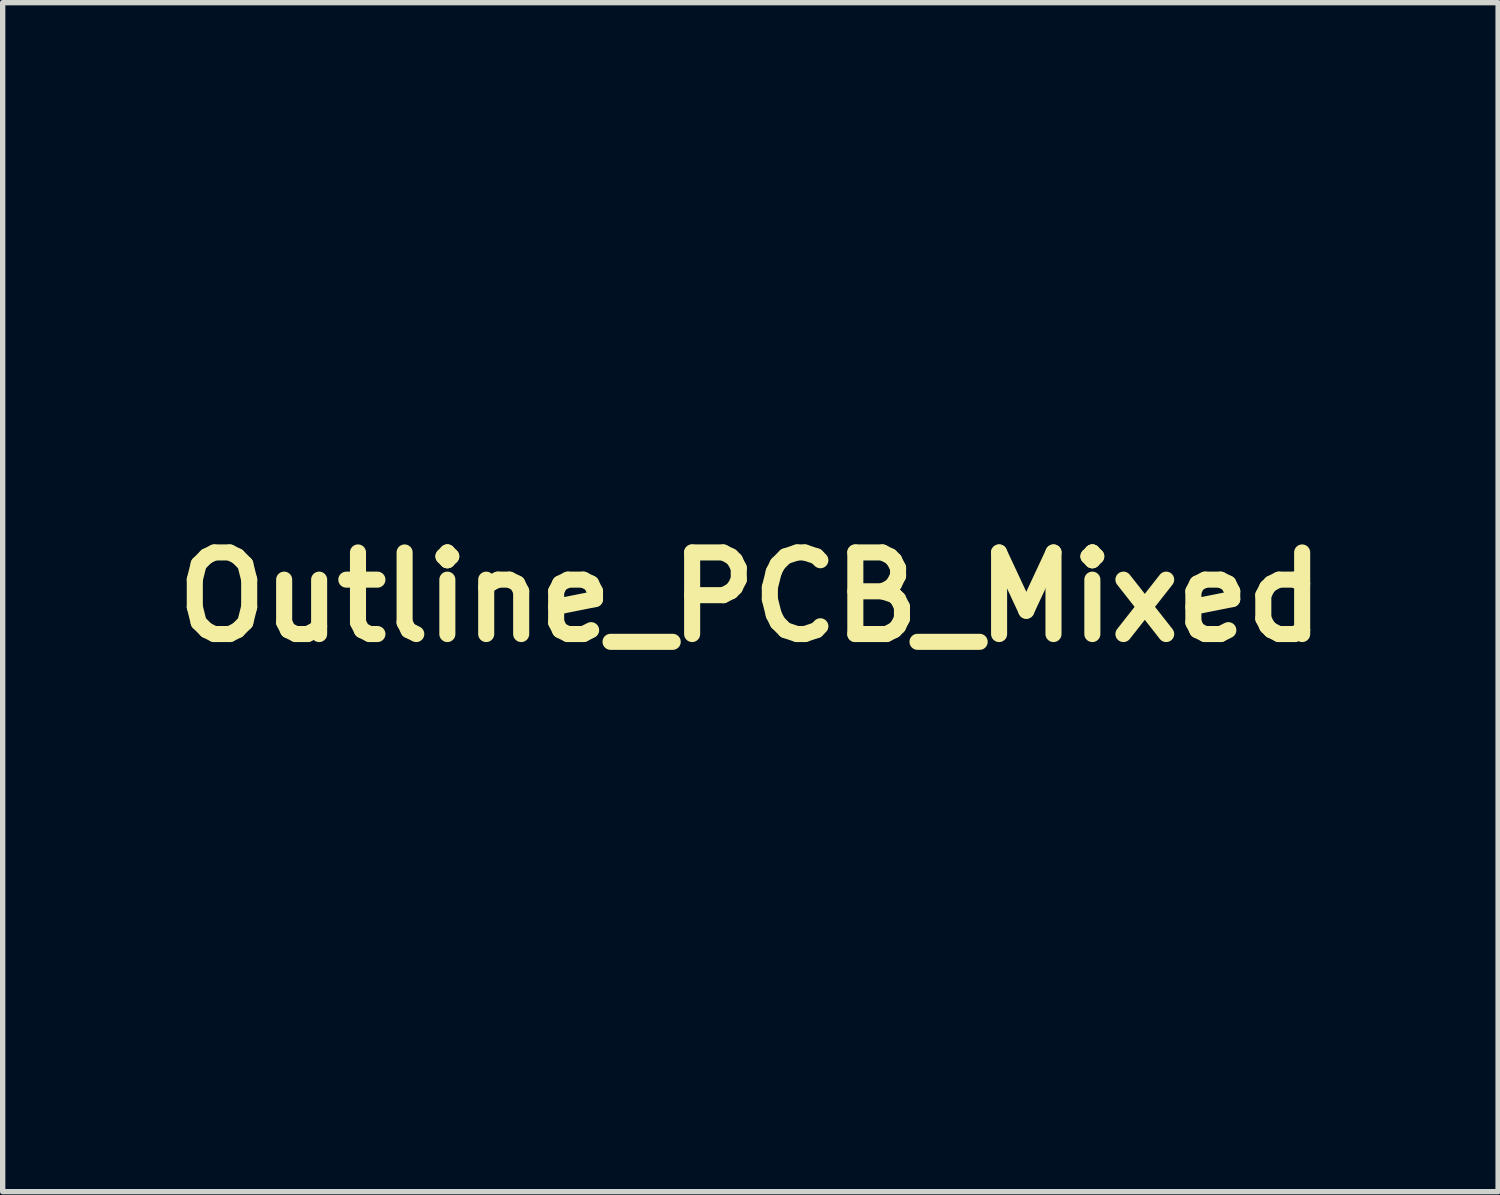
<source format=kicad_pcb>
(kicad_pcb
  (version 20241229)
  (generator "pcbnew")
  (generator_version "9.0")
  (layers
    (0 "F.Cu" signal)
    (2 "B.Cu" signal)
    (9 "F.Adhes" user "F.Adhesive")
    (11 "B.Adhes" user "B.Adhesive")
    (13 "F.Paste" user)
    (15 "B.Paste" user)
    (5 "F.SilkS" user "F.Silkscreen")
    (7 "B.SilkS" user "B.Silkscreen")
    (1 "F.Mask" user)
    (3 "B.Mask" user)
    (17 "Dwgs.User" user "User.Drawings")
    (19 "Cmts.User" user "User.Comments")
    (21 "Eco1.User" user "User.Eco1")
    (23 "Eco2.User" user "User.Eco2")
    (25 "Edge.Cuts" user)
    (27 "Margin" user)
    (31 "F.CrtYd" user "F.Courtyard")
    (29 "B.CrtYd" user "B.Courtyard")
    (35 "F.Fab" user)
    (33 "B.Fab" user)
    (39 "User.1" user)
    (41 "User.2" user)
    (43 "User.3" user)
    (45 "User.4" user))
  (footprint "Outline_PCB_Mixed"
    (layer "F.Cu")
    (at 10.966 8.103)
    (property "Reference" "Outline_PCB_Mixed" (at 0 0 0) (layer "F.SilkS") (effects (font (size 1.524 1.524) (thickness 0.3))))
    (attr through_hole)
    (fp_poly (pts (xy -0.829 -2.421) (xy -0.836 -2.414) (xy -0.843 -2.421) (xy -0.836 -2.428) (xy -0.829 -2.421)) (stroke (width 0.01) (type solid)) (fill no) (layer "Eco1.User"))
    (fp_poly (pts (xy -0.727 -2.304) (xy -0.734 -2.297) (xy -0.742 -2.304) (xy -0.734 -2.312) (xy -0.727 -2.304)) (stroke (width 0.01) (type solid)) (fill no) (layer "Eco1.User"))
    (fp_poly (pts (xy -0.436 -2.101) (xy -0.443 -2.094) (xy -0.451 -2.101) (xy -0.443 -2.108) (xy -0.436 -2.101)) (stroke (width 0.01) (type solid)) (fill no) (layer "Eco1.User"))
    (fp_poly (pts (xy 0.669 -2.232) (xy 0.662 -2.224) (xy 0.654 -2.232) (xy 0.662 -2.239) (xy 0.669 -2.232)) (stroke (width 0.01) (type solid)) (fill no) (layer "Eco1.User"))
    (fp_poly (pts (xy 0.901 -2.479) (xy 0.894 -2.472) (xy 0.887 -2.479) (xy 0.894 -2.486) (xy 0.901 -2.479)) (stroke (width 0.01) (type solid)) (fill no) (layer "Eco1.User"))
    (fp_poly (pts (xy -0.773 -2.335) (xy -0.757 -2.321) (xy -0.756 -2.318) (xy -0.763 -2.312) (xy -0.777 -2.326) (xy -0.779 -2.329) (xy -0.781 -2.338) (xy -0.773 -2.335)) (stroke (width 0.01) (type solid)) (fill no) (layer "Eco1.User"))
    (fp_poly (pts (xy 8.258 8.098) (xy -8.244 8.098) (xy -8.244 3.257) (xy -8.215 3.257) (xy -8.215 8.084) (xy 8.244 8.084) (xy 8.24 3.253) (xy 8.237 -1.578) (xy 8.233 3.246) (xy 8.229 8.069) (xy -8.2 8.069) (xy -8.197 3.25) (xy -8.196 2.877) (xy -8.196 2.512) (xy -8.196 2.156) (xy -8.196 1.809) (xy -8.196 1.473) (xy -8.196 1.149) (xy -8.196 0.837) (xy -8.196 0.749) (xy 8.084 0.749) (xy 8.091 0.756) (xy 8.098 0.749) (xy 8.091 0.741) (xy 8.084 0.749) (xy -8.196 0.749) (xy -8.196 0.54) (xy -8.197 0.258) (xy -8.197 -0.008) (xy -8.197 -0.258) (xy -8.198 -0.488) (xy -8.198 -0.7) (xy -8.199 -0.891) (xy -8.199 -1.061) (xy -8.2 -1.208) (xy -8.201 -1.332) (xy -8.201 -1.431) (xy -8.202 -1.476) (xy -8.171 -1.476) (xy -8.164 -1.468) (xy -8.156 -1.476) (xy -8.164 -1.483) (xy -8.171 -1.476) (xy -8.202 -1.476) (xy -8.202 -1.493) (xy -1.146 -1.493) (xy -1.143 -1.485) (xy -1.128 -1.47) (xy -1.12 -1.473) (xy -1.12 -1.475) (xy -1.12 -1.476) (xy -1.09 -1.476) (xy -1.083 -1.468) (xy -1.076 -1.476) (xy -1.083 -1.483) (xy -1.09 -1.476) (xy -1.12 -1.476) (xy -1.13 -1.487) (xy -1.136 -1.492) (xy -1.146 -1.493) (xy -1.044 -1.493) (xy -1.041 -1.485) (xy -1.026 -1.47) (xy -1.018 -1.473) (xy -1.018 -1.475) (xy -1.018 -1.476) (xy -0.96 -1.476) (xy -0.952 -1.468) (xy -0.945 -1.476) (xy -0.952 -1.483) (xy -0.96 -1.476) (xy -1.018 -1.476) (xy -1.028 -1.487) (xy -1.035 -1.492) (xy -1.041 -1.493) (xy 0.979 -1.493) (xy 0.981 -1.484) (xy 0.989 -1.483) (xy 1.001 -1.488) (xy 0.998 -1.493) (xy 0.981 -1.494) (xy 0.979 -1.493) (xy -1.041 -1.493) (xy -1.044 -1.493) (xy -1.146 -1.493) (xy -8.202 -1.493) (xy -8.202 -1.505) (xy -8.202 -1.505) (xy 0.945 -1.505) (xy 0.952 -1.498) (xy 0.96 -1.505) (xy 0.952 -1.512) (xy 0.945 -1.505) (xy -8.202 -1.505) (xy -8.202 -1.522) (xy -1.115 -1.522) (xy -1.113 -1.513) (xy -1.105 -1.512) (xy -1.093 -1.517) (xy -1.095 -1.522) (xy -1.113 -1.524) (xy -1.115 -1.522) (xy -8.202 -1.522) (xy -8.202 -1.527) (xy -1.047 -1.527) (xy -1.042 -1.515) (xy -1.037 -1.517) (xy -1.037 -1.519) (xy 1.047 -1.519) (xy 1.054 -1.512) (xy 1.061 -1.519) (xy 1.054 -1.527) (xy 1.047 -1.519) (xy -1.037 -1.519) (xy -1.035 -1.534) (xy -1.037 -1.536) (xy -1.046 -1.534) (xy -1.047 -1.527) (xy -8.202 -1.527) (xy -8.203 -1.55) (xy -1.002 -1.55) (xy -0.999 -1.531) (xy -0.994 -1.531) (xy -0.993 -1.536) (xy 0.994 -1.536) (xy 0.996 -1.528) (xy 1.003 -1.527) (xy 1.015 -1.532) (xy 1.013 -1.536) (xy 0.996 -1.538) (xy 0.994 -1.536) (xy -0.993 -1.536) (xy -0.991 -1.55) (xy -0.993 -1.558) (xy -0.999 -1.563) (xy 0.974 -1.563) (xy 0.981 -1.556) (xy 0.989 -1.563) (xy 1.047 -1.563) (xy 1.054 -1.556) (xy 1.061 -1.563) (xy 1.06 -1.565) (xy 2.451 -1.565) (xy 2.476 -1.565) (xy 2.525 -1.564) (xy 2.6 -1.564) (xy 2.699 -1.564) (xy 2.821 -1.564) (xy 2.967 -1.563) (xy 3.136 -1.563) (xy 3.327 -1.563) (xy 3.539 -1.563) (xy 3.773 -1.563) (xy 4.027 -1.563) (xy 4.301 -1.563) (xy 4.595 -1.563) (xy 4.653 -1.563) (xy 4.95 -1.563) (xy 5.228 -1.563) (xy 5.486 -1.563) (xy 5.723 -1.563) (xy 5.94 -1.563) (xy 6.135 -1.563) (xy 6.307 -1.563) (xy 6.458 -1.564) (xy 6.585 -1.564) (xy 6.688 -1.564) (xy 6.767 -1.564) (xy 6.822 -1.565) (xy 6.851 -1.565) (xy 6.854 -1.565) (xy 6.831 -1.565) (xy 6.782 -1.566) (xy 6.704 -1.566) (xy 6.599 -1.566) (xy 6.466 -1.567) (xy 6.437 -1.567) (xy 6.164 -1.567) (xy 5.867 -1.567) (xy 5.551 -1.568) (xy 5.222 -1.568) (xy 4.884 -1.568) (xy 4.542 -1.568) (xy 4.202 -1.568) (xy 3.869 -1.568) (xy 3.548 -1.568) (xy 3.243 -1.567) (xy 2.961 -1.567) (xy 2.868 -1.567) (xy 2.729 -1.566) (xy 2.618 -1.566) (xy 2.536 -1.566) (xy 2.481 -1.565) (xy 2.453 -1.565) (xy 2.451 -1.565) (xy 1.06 -1.565) (xy 1.054 -1.57) (xy 1.047 -1.563) (xy 0.989 -1.563) (xy 0.981 -1.57) (xy 0.974 -1.563) (xy -0.999 -1.563) (xy -1 -1.564) (xy -1.002 -1.55) (xy -8.203 -1.55) (xy -8.203 -1.551) (xy -8.203 -1.563) (xy -8.127 -1.563) (xy -8.12 -1.556) (xy -8.113 -1.563) (xy -8.115 -1.565) (xy -6.739 -1.565) (xy -6.714 -1.565) (xy -6.664 -1.564) (xy -6.589 -1.564) (xy -6.489 -1.564) (xy -6.366 -1.564) (xy -6.22 -1.563) (xy -6.051 -1.563) (xy -5.859 -1.563) (xy -5.646 -1.563) (xy -5.413 -1.563) (xy -5.158 -1.563) (xy -4.883 -1.563) (xy -4.589 -1.563) (xy -4.573 -1.563) (xy -4.277 -1.563) (xy -4.002 -1.563) (xy -3.746 -1.563) (xy -3.51 -1.563) (xy -3.296 -1.563) (xy -3.103 -1.563) (xy -2.932 -1.563) (xy -2.784 -1.564) (xy -2.659 -1.564) (xy -2.558 -1.564) (xy -2.481 -1.564) (xy -2.429 -1.565) (xy -2.402 -1.565) (xy -2.4 -1.565) (xy -2.426 -1.565) (xy -2.478 -1.566) (xy -2.557 -1.566) (xy -2.665 -1.566) (xy -2.801 -1.567) (xy -2.809 -1.567) (xy -3.078 -1.567) (xy -3.372 -1.568) (xy -3.685 -1.568) (xy -4.012 -1.568) (xy -4.347 -1.568) (xy -4.685 -1.568) (xy -5.022 -1.568) (xy -5.352 -1.568) (xy -5.67 -1.568) (xy -5.971 -1.567) (xy -6.25 -1.567) (xy -6.327 -1.567) (xy -6.465 -1.566) (xy -6.575 -1.566) (xy -6.657 -1.566) (xy -6.711 -1.565) (xy -6.738 -1.565) (xy -6.739 -1.565) (xy -8.115 -1.565) (xy -8.12 -1.57) (xy -8.127 -1.563) (xy -8.203 -1.563) (xy -8.204 -1.57) (xy -8.204 -1.57) (xy -8.205 -1.556) (xy -8.205 -1.514) (xy -8.206 -1.444) (xy -8.207 -1.349) (xy -8.208 -1.229) (xy -8.208 -1.085) (xy -8.209 -0.919) (xy -8.21 -0.731) (xy -8.211 -0.522) (xy -8.211 -0.294) (xy -8.212 -0.048) (xy -8.212 0.216) (xy -8.213 0.496) (xy -8.213 0.791) (xy -8.213 1.1) (xy -8.214 1.423) (xy -8.214 1.757) (xy -8.214 2.102) (xy -8.215 2.457) (xy -8.215 2.821) (xy -8.215 3.193) (xy -8.215 3.257) (xy -8.244 3.257) (xy -8.244 -1.578) (xy 0.945 -1.578) (xy 0.952 -1.57) (xy 0.96 -1.578) (xy 0.952 -1.585) (xy 1.003 -1.585) (xy 1.014 -1.571) (xy 1.018 -1.57) (xy 1.032 -1.581) (xy 1.032 -1.585) (xy 1.021 -1.599) (xy 1.018 -1.599) (xy 1.004 -1.588) (xy 1.003 -1.585) (xy 0.952 -1.585) (xy 0.945 -1.578) (xy -8.244 -1.578) (xy -8.244 -1.592) (xy -1.032 -1.592) (xy -1.025 -1.585) (xy -1.018 -1.592) (xy -1.025 -1.599) (xy -1.032 -1.592) (xy -8.244 -1.592) (xy -8.244 -1.603) (xy -0.953 -1.603) (xy -0.939 -1.6) (xy -0.92 -1.603) (xy -0.92 -1.608) (xy -0.939 -1.612) (xy -0.948 -1.609) (xy -0.953 -1.603) (xy -8.244 -1.603) (xy -8.244 -1.621) (xy -0.989 -1.621) (xy -0.981 -1.614) (xy -0.974 -1.621) (xy 0.96 -1.621) (xy 0.967 -1.614) (xy 0.974 -1.621) (xy 0.967 -1.628) (xy 0.96 -1.621) (xy -0.974 -1.621) (xy -0.981 -1.628) (xy -0.989 -1.621) (xy -8.244 -1.621) (xy -8.244 -1.643) (xy -1.03 -1.643) (xy -1.028 -1.622) (xy -1.023 -1.625) (xy -1.021 -1.653) (xy -0.94 -1.653) (xy -0.938 -1.644) (xy -0.931 -1.643) (xy -0.919 -1.648) (xy -0.921 -1.653) (xy -0.938 -1.654) (xy -0.94 -1.653) (xy -1.021 -1.653) (xy -1.021 -1.655) (xy -1.023 -1.661) (xy -1.028 -1.663) (xy -1.03 -1.643) (xy -8.244 -1.643) (xy -8.244 -1.665) (xy 0.989 -1.665) (xy 0.996 -1.657) (xy 1.003 -1.665) (xy 0.996 -1.672) (xy 0.989 -1.665) (xy -8.244 -1.665) (xy -8.244 -1.985) (xy -1.026 -1.985) (xy -1.026 -1.904) (xy -1.025 -1.844) (xy -1.025 -1.807) (xy -1.024 -1.794) (xy -1.022 -1.806) (xy -1.021 -1.828) (xy -1.02 -1.911) (xy -1.02 -1.956) (xy -0.218 -1.956) (xy -0.211 -1.948) (xy -0.204 -1.956) (xy -0.211 -1.963) (xy -0.218 -1.956) (xy -1.02 -1.956) (xy -1.02 -1.985) (xy -0.218 -1.985) (xy -0.211 -1.977) (xy -0.204 -1.985) (xy -0.211 -1.992) (xy -0.218 -1.985) (xy -1.02 -1.985) (xy -1.02 -2.008) (xy -1.02 -2.01) (xy -0.226 -2.01) (xy -0.212 -2.008) (xy -0.193 -2.01) (xy -0.193 -2.015) (xy -0.212 -2.019) (xy -0.221 -2.016) (xy -0.226 -2.01) (xy -1.02 -2.01) (xy -1.02 -2.024) (xy -0.168 -2.024) (xy -0.154 -2.022) (xy -0.136 -2.025) (xy -0.107 -2.025) (xy -0.097 -2.02) (xy -0.064 -2.018) (xy -0.016 -2.018) (xy -0.004 -2.019) (xy 0.057 -2.019) (xy 0.101 -2.015) (xy 0.121 -2.008) (xy 0.139 -1.993) (xy 0.143 -1.997) (xy 0.139 -2.005) (xy 0.143 -2.016) (xy 0.223 -2.016) (xy 0.225 -2.007) (xy 0.233 -2.006) (xy 0.245 -2.012) (xy 0.242 -2.016) (xy 0.225 -2.018) (xy 0.223 -2.016) (xy 0.143 -2.016) (xy 0.144 -2.018) (xy 0.163 -2.025) (xy 0.164 -2.028) (xy 0.161 -2.028) (xy 0.349 -2.028) (xy 0.356 -2.021) (xy 0.363 -2.028) (xy 0.356 -2.035) (xy 0.349 -2.028) (xy 0.161 -2.028) (xy 0.14 -2.03) (xy 0.095 -2.032) (xy 0.048 -2.034) (xy -0.014 -2.033) (xy -0.065 -2.031) (xy -0.098 -2.028) (xy -0.107 -2.025) (xy -0.136 -2.025) (xy -0.135 -2.025) (xy -0.135 -2.03) (xy -0.154 -2.033) (xy -0.163 -2.031) (xy -0.168 -2.024) (xy -1.02 -2.024) (xy -1.02 -2.045) (xy -0.242 -2.045) (xy -0.24 -2.037) (xy -0.233 -2.035) (xy -0.225 -2.039) (xy 0.21 -2.039) (xy 0.224 -2.037) (xy 0.243 -2.039) (xy 0.243 -2.044) (xy 0.224 -2.048) (xy 0.215 -2.045) (xy 0.21 -2.039) (xy -0.225 -2.039) (xy -0.221 -2.041) (xy -0.223 -2.045) (xy -0.24 -2.047) (xy -0.242 -2.045) (xy -1.02 -2.045) (xy -1.02 -2.072) (xy -0.683 -2.072) (xy -0.676 -2.065) (xy -0.669 -2.072) (xy -0.523 -2.072) (xy -0.516 -2.065) (xy -0.513 -2.068) (xy -0.341 -2.068) (xy -0.34 -2.062) (xy -0.328 -2.05) (xy -0.327 -2.05) (xy -0.319 -2.057) (xy -0.276 -2.057) (xy -0.269 -2.05) (xy -0.262 -2.057) (xy 0.262 -2.057) (xy 0.269 -2.05) (xy 0.276 -2.057) (xy 0.269 -2.065) (xy 0.298 -2.065) (xy 0.299 -2.051) (xy 0.304 -2.05) (xy 0.324 -2.061) (xy 0.327 -2.065) (xy 0.326 -2.078) (xy 0.322 -2.079) (xy 0.301 -2.068) (xy 0.298 -2.065) (xy 0.269 -2.065) (xy 0.262 -2.057) (xy -0.262 -2.057) (xy -0.269 -2.065) (xy -0.276 -2.057) (xy -0.319 -2.057) (xy -0.316 -2.06) (xy -0.314 -2.062) (xy -0.318 -2.073) (xy -0.327 -2.074) (xy -0.341 -2.068) (xy -0.513 -2.068) (xy -0.509 -2.072) (xy -0.516 -2.079) (xy -0.523 -2.072) (xy -0.669 -2.072) (xy -0.676 -2.079) (xy -0.683 -2.072) (xy -1.02 -2.072) (xy -1.021 -2.101) (xy -1.021 -2.133) (xy -1.022 -2.137) (xy -0.535 -2.137) (xy -0.524 -2.116) (xy -0.505 -2.098) (xy -0.498 -2.094) (xy -0.5 -2.103) (xy -0.508 -2.115) (xy -0.513 -2.128) (xy -0.484 -2.128) (xy -0.472 -2.112) (xy -0.443 -2.093) (xy -0.403 -2.084) (xy -0.356 -2.082) (xy -0.414 -2.108) (xy -0.46 -2.128) (xy -0.482 -2.135) (xy -0.484 -2.128) (xy -0.513 -2.128) (xy -0.518 -2.141) (xy -0.515 -2.155) (xy -0.511 -2.166) (xy -0.524 -2.156) (xy -0.535 -2.137) (xy -1.022 -2.137) (xy -1.023 -2.165) (xy -1.024 -2.169) (xy -1.025 -2.148) (xy -1.026 -2.103) (xy -1.026 -2.036) (xy -1.026 -1.985) (xy -8.244 -1.985) (xy -8.244 -2.203) (xy -0.654 -2.203) (xy -0.647 -2.195) (xy -0.64 -2.203) (xy -0.64 -2.203) (xy -0.603 -2.203) (xy -0.588 -2.189) (xy -0.561 -2.172) (xy -0.546 -2.167) (xy -0.545 -2.174) (xy -0.561 -2.188) (xy -0.588 -2.205) (xy -0.603 -2.209) (xy -0.603 -2.203) (xy -0.64 -2.203) (xy -0.647 -2.21) (xy -0.654 -2.203) (xy -8.244 -2.203) (xy -8.244 -2.248) (xy -0.71 -2.248) (xy -0.708 -2.245) (xy -0.701 -2.244) (xy -0.679 -2.232) (xy -0.679 -2.22) (xy -0.681 -2.211) (xy -0.667 -2.221) (xy -0.643 -2.231) (xy -0.632 -2.228) (xy -0.627 -2.227) (xy -0.629 -2.232) (xy -0.648 -2.243) (xy -0.683 -2.249) (xy -0.686 -2.249) (xy -0.71 -2.248) (xy -8.244 -2.248) (xy -8.244 -2.304) (xy -0.858 -2.304) (xy -0.851 -2.297) (xy -0.843 -2.304) (xy -0.851 -2.312) (xy -0.858 -2.304) (xy -8.244 -2.304) (xy -8.244 -2.419) (xy -1.032 -2.419) (xy -1.031 -2.368) (xy -1.029 -2.336) (xy -1.027 -2.327) (xy -1.024 -2.343) (xy -1.024 -2.344) (xy -0.865 -2.344) (xy -0.864 -2.338) (xy -0.852 -2.326) (xy -0.851 -2.326) (xy -0.839 -2.336) (xy -0.838 -2.338) (xy -0.839 -2.342) (xy -0.8 -2.342) (xy -0.789 -2.323) (xy -0.764 -2.303) (xy -0.738 -2.291) (xy -0.725 -2.291) (xy -0.713 -2.288) (xy -0.712 -2.284) (xy -0.701 -2.269) (xy -0.694 -2.268) (xy -0.693 -2.277) (xy -0.709 -2.298) (xy -0.723 -2.312) (xy -0.762 -2.344) (xy -0.788 -2.355) (xy -0.799 -2.345) (xy -0.8 -2.342) (xy -0.839 -2.342) (xy -0.842 -2.349) (xy -0.851 -2.351) (xy -0.865 -2.344) (xy -1.024 -2.344) (xy -1.021 -2.377) (xy -0.872 -2.377) (xy -0.865 -2.37) (xy -0.858 -2.377) (xy -0.865 -2.384) (xy -0.872 -2.377) (xy -1.021 -2.377) (xy -1.02 -2.383) (xy -1.017 -2.435) (xy -0.901 -2.435) (xy -0.894 -2.428) (xy -0.887 -2.435) (xy -0.894 -2.443) (xy -0.901 -2.435) (xy -1.017 -2.435) (xy -1.017 -2.439) (xy -1.016 -2.464) (xy -0.916 -2.464) (xy -0.909 -2.457) (xy -0.901 -2.464) (xy -0.909 -2.472) (xy -0.916 -2.464) (xy -1.016 -2.464) (xy -1.015 -2.494) (xy -0.895 -2.494) (xy -0.885 -2.469) (xy -0.872 -2.44) (xy -0.869 -2.424) (xy -0.861 -2.414) (xy -0.834 -2.411) (xy -0.825 -2.412) (xy -0.815 -2.401) (xy -0.813 -2.388) (xy -0.81 -2.373) (xy -0.804 -2.382) (xy -0.809 -2.403) (xy -0.831 -2.433) (xy -0.842 -2.443) (xy -0.87 -2.473) (xy -0.886 -2.497) (xy -0.887 -2.502) (xy -0.892 -2.514) (xy -0.895 -2.512) (xy -0.895 -2.494) (xy -1.015 -2.494) (xy -1.015 -2.496) (xy -1.014 -2.559) (xy -0.974 -2.559) (xy -0.969 -2.547) (xy -0.964 -2.549) (xy -0.963 -2.566) (xy -0.964 -2.569) (xy -0.973 -2.567) (xy -0.974 -2.559) (xy -1.014 -2.559) (xy -1.014 -2.56) (xy -1.014 -2.578) (xy -0.941 -2.578) (xy -0.941 -2.56) (xy -0.935 -2.54) (xy -0.928 -2.539) (xy -0.923 -2.556) (xy -0.925 -2.567) (xy -0.936 -2.586) (xy -0.941 -2.578) (xy -1.014 -2.578) (xy -1.015 -2.611) (xy -1.016 -2.624) (xy -0.989 -2.624) (xy -0.981 -2.617) (xy -0.96 -2.617) (xy -0.954 -2.605) (xy -0.95 -2.607) (xy -0.948 -2.625) (xy -0.95 -2.627) (xy -0.959 -2.625) (xy -0.96 -2.617) (xy -0.981 -2.617) (xy -0.974 -2.624) (xy -0.981 -2.632) (xy -0.989 -2.624) (xy -1.016 -2.624) (xy -1.017 -2.643) (xy -1.02 -2.652) (xy -1.024 -2.636) (xy -1.027 -2.597) (xy -1.03 -2.541) (xy -1.031 -2.483) (xy -1.032 -2.419) (xy -8.244 -2.419) (xy -8.244 -2.662) (xy -0.989 -2.662) (xy -0.978 -2.647) (xy -0.974 -2.646) (xy -0.96 -2.651) (xy -0.96 -2.653) (xy -0.97 -2.665) (xy -0.974 -2.668) (xy -0.988 -2.667) (xy -0.989 -2.662) (xy -8.244 -2.662) (xy -8.244 -2.682) (xy -1.032 -2.682) (xy -1.025 -2.675) (xy -1.018 -2.682) (xy -1.025 -2.69) (xy -1.032 -2.682) (xy -8.244 -2.682) (xy -8.244 -2.712) (xy -1.003 -2.712) (xy -0.996 -2.704) (xy -0.989 -2.712) (xy -0.996 -2.719) (xy -1.003 -2.712) (xy -8.244 -2.712) (xy -8.244 -2.762) (xy -1.03 -2.762) (xy -1.028 -2.742) (xy -1.023 -2.744) (xy -1.021 -2.774) (xy -1.023 -2.781) (xy -1.028 -2.782) (xy -1.03 -2.762) (xy -8.244 -2.762) (xy -8.244 -3.075) (xy -1.024 -3.075) (xy -1.01 -2.912) (xy -0.97 -2.758) (xy -0.907 -2.613) (xy -0.823 -2.48) (xy -0.719 -2.362) (xy -0.599 -2.261) (xy -0.463 -2.178) (xy -0.314 -2.116) (xy -0.154 -2.078) (xy -0.002 -2.066) (xy 0.077 -2.067) (xy 0.139 -2.072) (xy 0.199 -2.082) (xy 0.357 -2.082) (xy 0.358 -2.077) (xy 0.37 -2.065) (xy 0.371 -2.065) (xy 0.379 -2.072) (xy 0.451 -2.072) (xy 0.458 -2.065) (xy 0.465 -2.072) (xy 0.494 -2.072) (xy 0.502 -2.065) (xy 0.509 -2.072) (xy 0.567 -2.072) (xy 0.574 -2.065) (xy 1.024 -2.065) (xy 1.024 -1.964) (xy 1.025 -1.884) (xy 1.025 -1.826) (xy 1.026 -1.792) (xy 1.027 -1.782) (xy 1.028 -1.798) (xy 1.029 -1.836) (xy 1.03 -1.941) (xy 1.03 -2.06) (xy 1.03 -2.181) (xy 1.029 -2.287) (xy 1.029 -2.294) (xy 1.028 -2.334) (xy 1.027 -2.347) (xy 1.026 -2.334) (xy 1.025 -2.297) (xy 1.025 -2.236) (xy 1.024 -2.153) (xy 1.024 -2.065) (xy 0.574 -2.065) (xy 0.582 -2.072) (xy 0.574 -2.079) (xy 0.567 -2.072) (xy 0.509 -2.072) (xy 0.502 -2.079) (xy 0.494 -2.072) (xy 0.465 -2.072) (xy 0.458 -2.079) (xy 0.451 -2.072) (xy 0.379 -2.072) (xy 0.382 -2.075) (xy 0.384 -2.077) (xy 0.379 -2.087) (xy 0.371 -2.089) (xy 0.357 -2.082) (xy 0.199 -2.082) (xy 0.2 -2.083) (xy 0.27 -2.101) (xy 0.276 -2.103) (xy 0.412 -2.103) (xy 0.414 -2.095) (xy 0.422 -2.094) (xy 0.434 -2.099) (xy 0.433 -2.101) (xy 0.48 -2.101) (xy 0.487 -2.094) (xy 0.494 -2.101) (xy 0.487 -2.108) (xy 0.48 -2.101) (xy 0.433 -2.101) (xy 0.431 -2.103) (xy 0.414 -2.105) (xy 0.412 -2.103) (xy 0.276 -2.103) (xy 0.296 -2.109) (xy 0.454 -2.109) (xy 0.456 -2.108) (xy 0.466 -2.115) (xy 0.552 -2.115) (xy 0.56 -2.108) (xy 0.567 -2.115) (xy 0.56 -2.123) (xy 0.552 -2.115) (xy 0.466 -2.115) (xy 0.47 -2.118) (xy 0.473 -2.123) (xy 0.476 -2.136) (xy 0.474 -2.137) (xy 0.461 -2.127) (xy 0.458 -2.123) (xy 0.454 -2.109) (xy 0.296 -2.109) (xy 0.296 -2.109) (xy 0.372 -2.139) (xy 0.494 -2.139) (xy 0.505 -2.143) (xy 0.505 -2.143) (xy 0.521 -2.144) (xy 0.523 -2.137) (xy 0.532 -2.128) (xy 0.539 -2.131) (xy 0.547 -2.145) (xy 0.539 -2.156) (xy 0.52 -2.163) (xy 0.505 -2.153) (xy 0.494 -2.139) (xy 0.372 -2.139) (xy 0.449 -2.17) (xy 0.56 -2.17) (xy 0.561 -2.164) (xy 0.573 -2.152) (xy 0.574 -2.152) (xy 0.586 -2.162) (xy 0.587 -2.164) (xy 0.583 -2.175) (xy 0.574 -2.176) (xy 0.56 -2.17) (xy 0.449 -2.17) (xy 0.459 -2.173) (xy 0.508 -2.203) (xy 0.604 -2.203) (xy 0.619 -2.189) (xy 0.646 -2.17) (xy 0.652 -2.171) (xy 0.64 -2.188) (xy 0.617 -2.207) (xy 0.606 -2.21) (xy 0.698 -2.21) (xy 0.703 -2.198) (xy 0.708 -2.2) (xy 0.709 -2.218) (xy 0.708 -2.22) (xy 0.699 -2.218) (xy 0.698 -2.21) (xy 0.606 -2.21) (xy 0.604 -2.203) (xy 0.508 -2.203) (xy 0.559 -2.233) (xy 0.636 -2.233) (xy 0.644 -2.222) (xy 0.665 -2.218) (xy 0.676 -2.239) (xy 0.678 -2.246) (xy 0.675 -2.259) (xy 0.658 -2.252) (xy 0.653 -2.25) (xy 0.636 -2.233) (xy 0.559 -2.233) (xy 0.604 -2.26) (xy 0.622 -2.275) (xy 0.698 -2.275) (xy 0.705 -2.268) (xy 0.712 -2.275) (xy 0.705 -2.283) (xy 0.698 -2.275) (xy 0.622 -2.275) (xy 0.652 -2.3) (xy 0.731 -2.3) (xy 0.735 -2.301) (xy 0.75 -2.315) (xy 0.767 -2.336) (xy 0.769 -2.347) (xy 0.758 -2.342) (xy 0.743 -2.322) (xy 0.731 -2.3) (xy 0.652 -2.3) (xy 0.709 -2.349) (xy 0.807 -2.349) (xy 0.816 -2.351) (xy 0.817 -2.352) (xy 0.822 -2.365) (xy 0.848 -2.365) (xy 0.85 -2.356) (xy 0.858 -2.355) (xy 0.87 -2.361) (xy 0.868 -2.365) (xy 0.85 -2.367) (xy 0.848 -2.365) (xy 0.822 -2.365) (xy 0.827 -2.377) (xy 0.826 -2.386) (xy 0.818 -2.39) (xy 0.81 -2.371) (xy 0.807 -2.349) (xy 0.709 -2.349) (xy 0.731 -2.367) (xy 0.777 -2.421) (xy 0.829 -2.421) (xy 0.836 -2.414) (xy 0.843 -2.421) (xy 0.841 -2.423) (xy 0.863 -2.423) (xy 0.865 -2.415) (xy 0.872 -2.414) (xy 0.884 -2.419) (xy 0.882 -2.423) (xy 0.875 -2.424) (xy 0.918 -2.424) (xy 0.922 -2.416) (xy 0.936 -2.4) (xy 0.945 -2.403) (xy 0.945 -2.405) (xy 0.935 -2.418) (xy 0.928 -2.422) (xy 0.918 -2.424) (xy 0.875 -2.424) (xy 0.865 -2.425) (xy 0.863 -2.423) (xy 0.841 -2.423) (xy 0.836 -2.428) (xy 0.829 -2.421) (xy 0.777 -2.421) (xy 0.803 -2.452) (xy 0.859 -2.452) (xy 0.864 -2.446) (xy 0.868 -2.454) (xy 0.879 -2.465) (xy 0.896 -2.455) (xy 0.912 -2.447) (xy 0.915 -2.451) (xy 0.914 -2.477) (xy 0.924 -2.481) (xy 0.932 -2.472) (xy 0.943 -2.457) (xy 0.943 -2.467) (xy 0.941 -2.472) (xy 0.925 -2.49) (xy 0.898 -2.492) (xy 0.872 -2.48) (xy 0.859 -2.457) (xy 0.859 -2.452) (xy 0.803 -2.452) (xy 0.838 -2.493) (xy 0.857 -2.525) (xy 0.921 -2.525) (xy 0.923 -2.516) (xy 0.931 -2.515) (xy 0.942 -2.521) (xy 0.94 -2.525) (xy 0.923 -2.527) (xy 0.921 -2.525) (xy 0.857 -2.525) (xy 0.873 -2.552) (xy 0.931 -2.552) (xy 0.938 -2.544) (xy 0.945 -2.552) (xy 0.96 -2.552) (xy 0.967 -2.544) (xy 0.974 -2.552) (xy 0.967 -2.559) (xy 0.96 -2.552) (xy 0.945 -2.552) (xy 0.938 -2.559) (xy 0.931 -2.552) (xy 0.873 -2.552) (xy 0.899 -2.595) (xy 0.945 -2.595) (xy 0.952 -2.588) (xy 0.96 -2.595) (xy 0.952 -2.603) (xy 0.945 -2.595) (xy 0.899 -2.595) (xy 0.912 -2.617) (xy 1.022 -2.617) (xy 1.023 -2.581) (xy 1.025 -2.568) (xy 1.028 -2.577) (xy 1.031 -2.624) (xy 1.028 -2.657) (xy 1.025 -2.666) (xy 1.023 -2.65) (xy 1.022 -2.617) (xy 0.912 -2.617) (xy 0.924 -2.636) (xy 0.928 -2.647) (xy 0.981 -2.647) (xy 0.995 -2.632) (xy 0.998 -2.632) (xy 0.999 -2.641) (xy 0.996 -2.647) (xy 0.996 -2.669) (xy 1.01 -2.698) (xy 1.024 -2.723) (xy 1.026 -2.733) (xy 1.026 -2.733) (xy 1.01 -2.722) (xy 0.994 -2.695) (xy 0.982 -2.665) (xy 0.981 -2.647) (xy 0.928 -2.647) (xy 0.973 -2.762) (xy 1.018 -2.762) (xy 1.023 -2.75) (xy 1.027 -2.753) (xy 1.029 -2.77) (xy 1.027 -2.772) (xy 1.019 -2.77) (xy 1.018 -2.762) (xy 0.973 -2.762) (xy 0.985 -2.793) (xy 1.017 -2.937) (xy 1.031 -3.074) (xy 1.027 -3.202) (xy 1.004 -3.328) (xy 0.962 -3.461) (xy 0.916 -3.568) (xy 0.866 -3.654) (xy 0.796 -3.744) (xy 0.712 -3.833) (xy 0.619 -3.912) (xy 0.526 -3.977) (xy 0.515 -3.984) (xy 0.356 -4.059) (xy 0.196 -4.107) (xy 0.035 -4.126) (xy -0.125 -4.117) (xy -0.235 -4.094) (xy -0.406 -4.033) (xy -0.559 -3.95) (xy -0.692 -3.847) (xy -0.806 -3.725) (xy -0.897 -3.586) (xy -0.965 -3.432) (xy -1.009 -3.263) (xy -1.012 -3.242) (xy -1.024 -3.075) (xy -8.244 -3.075) (xy -8.244 -8.098) (xy 8.258 -8.098) (xy 8.258 8.098)) (stroke (width 0.01) (type solid)) (fill no) (layer "Eco1.User")))
  (gr_rect
    (start -3 -3)
    (end 24.931 19.207)
    (stroke (width 0.1) (type default))
    (fill no)
    (layer "Edge.Cuts")))
</source>
